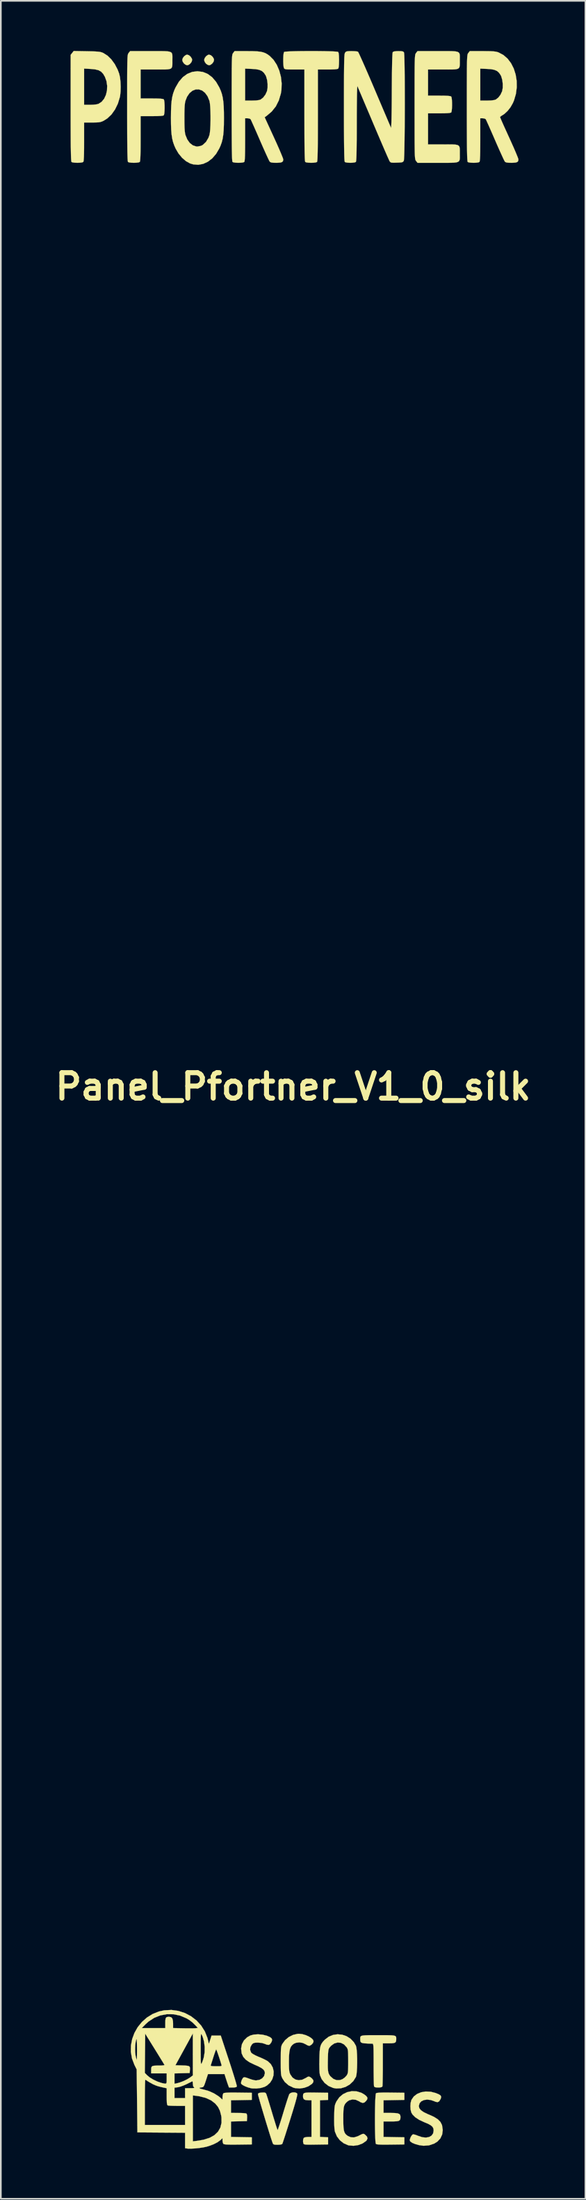
<source format=kicad_pcb>
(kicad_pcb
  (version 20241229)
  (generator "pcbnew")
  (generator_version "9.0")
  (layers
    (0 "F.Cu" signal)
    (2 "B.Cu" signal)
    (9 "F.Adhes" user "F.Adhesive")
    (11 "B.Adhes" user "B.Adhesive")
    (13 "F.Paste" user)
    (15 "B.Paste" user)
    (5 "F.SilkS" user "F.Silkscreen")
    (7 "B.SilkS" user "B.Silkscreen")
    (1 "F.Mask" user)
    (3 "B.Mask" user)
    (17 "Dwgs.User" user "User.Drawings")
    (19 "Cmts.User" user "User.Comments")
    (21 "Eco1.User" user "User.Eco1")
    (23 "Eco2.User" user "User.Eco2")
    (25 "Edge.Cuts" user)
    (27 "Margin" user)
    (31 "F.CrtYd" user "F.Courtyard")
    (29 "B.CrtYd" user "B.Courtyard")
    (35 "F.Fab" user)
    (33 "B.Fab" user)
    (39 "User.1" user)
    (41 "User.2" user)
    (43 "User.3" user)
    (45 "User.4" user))
  (footprint "Panel_Pfortner_V1_0_silk"
    (layer "F.Cu")
    (at 14.522 62.03)
    (property "Reference" "Panel_Pfortner_V1_0_silk" (at 0 0 0) (layer "F.SilkS") (effects (font (size 1.524 1.524) (thickness 0.3))))
    (attr through_hole)
    (fp_poly (pts (xy -6.243 -61.771) (xy -6.141 -61.681) (xy -6.07 -61.567) (xy -6.054 -61.489) (xy -6.087 -61.375) (xy -6.171 -61.266) (xy -6.277 -61.19) (xy -6.35 -61.172) (xy -6.44 -61.2) (xy -6.537 -61.27) (xy -6.542 -61.276) (xy -6.615 -61.379) (xy -6.646 -61.485) (xy -6.646 -61.489) (xy -6.613 -61.603) (xy -6.529 -61.713) (xy -6.423 -61.789) (xy -6.35 -61.807) (xy -6.243 -61.771)) (stroke (width 0.01) (type solid)) (fill yes) (layer "F.SilkS"))
    (fp_poly (pts (xy -4.931 -61.771) (xy -4.829 -61.681) (xy -4.758 -61.567) (xy -4.741 -61.489) (xy -4.775 -61.375) (xy -4.858 -61.266) (xy -4.965 -61.19) (xy -5.038 -61.172) (xy -5.127 -61.2) (xy -5.225 -61.27) (xy -5.23 -61.276) (xy -5.302 -61.379) (xy -5.334 -61.485) (xy -5.334 -61.489) (xy -5.3 -61.603) (xy -5.217 -61.713) (xy -5.111 -61.789) (xy -5.038 -61.807) (xy -4.931 -61.771)) (stroke (width 0.01) (type solid)) (fill yes) (layer "F.SilkS"))
    (fp_poly (pts (xy 1.259 60.248) (xy 1.379 60.25) (xy 2.095 60.261) (xy 2.095 60.685) (xy 1.852 60.698) (xy 1.609 60.71) (xy 1.609 62.903) (xy 1.852 62.916) (xy 2.095 62.928) (xy 2.095 63.352) (xy 1.37 63.363) (xy 1.103 63.367) (xy 0.908 63.367) (xy 0.775 63.362) (xy 0.69 63.352) (xy 0.643 63.336) (xy 0.621 63.312) (xy 0.619 63.307) (xy 0.594 63.183) (xy 0.602 63.055) (xy 0.638 62.964) (xy 0.643 62.958) (xy 0.714 62.928) (xy 0.833 62.91) (xy 0.897 62.907) (xy 1.101 62.907) (xy 1.101 60.706) (xy 0.897 60.706) (xy 0.735 60.692) (xy 0.639 60.642) (xy 0.598 60.547) (xy 0.593 60.475) (xy 0.596 60.392) (xy 0.61 60.331) (xy 0.648 60.289) (xy 0.72 60.263) (xy 0.839 60.25) (xy 1.014 60.246) (xy 1.259 60.248)) (stroke (width 0.01) (type solid)) (fill yes) (layer "F.SilkS"))
    (fp_poly (pts (xy 5.847 60.25) (xy 6.668 60.261) (xy 6.668 60.685) (xy 6.043 60.697) (xy 5.419 60.708) (xy 5.419 61.468) (xy 5.86 61.468) (xy 6.095 61.473) (xy 6.257 61.491) (xy 6.359 61.528) (xy 6.414 61.588) (xy 6.434 61.677) (xy 6.435 61.707) (xy 6.428 61.817) (xy 6.4 61.892) (xy 6.336 61.939) (xy 6.224 61.965) (xy 6.051 61.975) (xy 5.883 61.976) (xy 5.419 61.976) (xy 5.419 62.905) (xy 6.043 62.917) (xy 6.668 62.928) (xy 6.668 63.352) (xy 5.841 63.363) (xy 5.528 63.366) (xy 5.292 63.364) (xy 5.125 63.357) (xy 5.019 63.345) (xy 4.966 63.326) (xy 4.962 63.323) (xy 4.947 63.266) (xy 4.933 63.137) (xy 4.923 62.947) (xy 4.915 62.709) (xy 4.909 62.434) (xy 4.906 62.135) (xy 4.905 61.823) (xy 4.907 61.51) (xy 4.911 61.209) (xy 4.918 60.931) (xy 4.926 60.688) (xy 4.938 60.492) (xy 4.951 60.356) (xy 4.967 60.29) (xy 4.969 60.287) (xy 5.028 60.268) (xy 5.156 60.256) (xy 5.357 60.249) (xy 5.635 60.248) (xy 5.847 60.25)) (stroke (width 0.01) (type solid)) (fill yes) (layer "F.SilkS"))
    (fp_poly (pts (xy 5.101 56.811) (xy 5.431 56.811) (xy 5.686 56.813) (xy 5.876 56.818) (xy 6.009 56.829) (xy 6.097 56.849) (xy 6.148 56.878) (xy 6.173 56.921) (xy 6.18 56.978) (xy 6.18 57.052) (xy 6.18 57.058) (xy 6.171 57.166) (xy 6.135 57.236) (xy 6.059 57.276) (xy 5.926 57.294) (xy 5.738 57.298) (xy 5.377 57.298) (xy 5.376 58.554) (xy 5.376 58.874) (xy 5.373 59.169) (xy 5.369 59.427) (xy 5.365 59.637) (xy 5.359 59.788) (xy 5.353 59.868) (xy 5.351 59.877) (xy 5.307 59.92) (xy 5.208 59.94) (xy 5.101 59.944) (xy 4.955 59.936) (xy 4.876 59.909) (xy 4.852 59.877) (xy 4.845 59.819) (xy 4.839 59.687) (xy 4.834 59.494) (xy 4.83 59.249) (xy 4.827 58.964) (xy 4.826 58.651) (xy 4.826 58.565) (xy 4.826 58.207) (xy 4.824 57.924) (xy 4.822 57.709) (xy 4.817 57.551) (xy 4.81 57.442) (xy 4.799 57.374) (xy 4.785 57.336) (xy 4.767 57.32) (xy 4.752 57.318) (xy 4.488 57.311) (xy 4.297 57.3) (xy 4.167 57.283) (xy 4.086 57.253) (xy 4.043 57.208) (xy 4.026 57.142) (xy 4.022 57.058) (xy 4.022 56.983) (xy 4.028 56.925) (xy 4.051 56.881) (xy 4.1 56.851) (xy 4.185 56.831) (xy 4.315 56.819) (xy 4.499 56.813) (xy 4.749 56.811) (xy 5.073 56.811) (xy 5.101 56.811)) (stroke (width 0.01) (type solid)) (fill yes) (layer "F.SilkS"))
    (fp_poly (pts (xy 3.807 60.175) (xy 4.084 60.259) (xy 4.239 60.345) (xy 4.381 60.453) (xy 4.448 60.546) (xy 4.446 60.639) (xy 4.378 60.745) (xy 4.275 60.841) (xy 4.172 60.868) (xy 4.05 60.828) (xy 3.954 60.77) (xy 3.76 60.681) (xy 3.557 60.66) (xy 3.366 60.708) (xy 3.261 60.775) (xy 3.172 60.856) (xy 3.107 60.937) (xy 3.061 61.033) (xy 3.031 61.157) (xy 3.015 61.324) (xy 3.007 61.549) (xy 3.006 61.815) (xy 3.009 62.112) (xy 3.019 62.338) (xy 3.041 62.507) (xy 3.078 62.63) (xy 3.133 62.723) (xy 3.21 62.797) (xy 3.277 62.845) (xy 3.459 62.926) (xy 3.653 62.933) (xy 3.871 62.866) (xy 3.956 62.824) (xy 4.091 62.755) (xy 4.175 62.722) (xy 4.232 62.721) (xy 4.285 62.749) (xy 4.311 62.769) (xy 4.427 62.885) (xy 4.458 62.999) (xy 4.405 63.112) (xy 4.37 63.149) (xy 4.157 63.296) (xy 3.898 63.394) (xy 3.619 63.435) (xy 3.347 63.413) (xy 3.294 63.4) (xy 3.032 63.285) (xy 2.804 63.104) (xy 2.626 62.873) (xy 2.512 62.605) (xy 2.496 62.541) (xy 2.478 62.399) (xy 2.465 62.191) (xy 2.46 61.938) (xy 2.462 61.662) (xy 2.468 61.413) (xy 2.476 61.23) (xy 2.489 61.097) (xy 2.508 60.995) (xy 2.538 60.907) (xy 2.58 60.815) (xy 2.603 60.769) (xy 2.771 60.528) (xy 2.99 60.344) (xy 3.245 60.222) (xy 3.522 60.164) (xy 3.807 60.175)) (stroke (width 0.01) (type solid)) (fill yes) (layer "F.SilkS"))
    (fp_poly (pts (xy 0.206 60.272) (xy 0.247 60.314) (xy 0.249 60.364) (xy 0.23 60.469) (xy 0.19 60.634) (xy 0.127 60.862) (xy 0.04 61.158) (xy -0.073 61.528) (xy -0.167 61.829) (xy -0.273 62.164) (xy -0.371 62.474) (xy -0.459 62.75) (xy -0.535 62.983) (xy -0.594 63.162) (xy -0.634 63.278) (xy -0.651 63.322) (xy -0.712 63.352) (xy -0.838 63.37) (xy -0.935 63.373) (xy -1.079 63.369) (xy -1.161 63.353) (xy -1.205 63.317) (xy -1.223 63.278) (xy -1.265 63.159) (xy -1.324 62.982) (xy -1.396 62.756) (xy -1.477 62.495) (xy -1.566 62.208) (xy -1.658 61.907) (xy -1.749 61.604) (xy -1.838 61.308) (xy -1.919 61.033) (xy -1.99 60.788) (xy -2.047 60.585) (xy -2.088 60.436) (xy -2.108 60.351) (xy -2.109 60.337) (xy -2.08 60.289) (xy -2.003 60.262) (xy -1.873 60.249) (xy -1.74 60.245) (xy -1.666 60.261) (xy -1.625 60.302) (xy -1.61 60.333) (xy -1.587 60.4) (xy -1.543 60.535) (xy -1.483 60.727) (xy -1.411 60.964) (xy -1.329 61.232) (xy -1.265 61.447) (xy -1.181 61.727) (xy -1.103 61.979) (xy -1.037 62.193) (xy -0.984 62.358) (xy -0.948 62.462) (xy -0.935 62.493) (xy -0.916 62.463) (xy -0.877 62.361) (xy -0.822 62.199) (xy -0.753 61.987) (xy -0.674 61.735) (xy -0.596 61.477) (xy -0.509 61.189) (xy -0.426 60.923) (xy -0.353 60.693) (xy -0.291 60.51) (xy -0.247 60.385) (xy -0.225 60.336) (xy -0.146 60.271) (xy -0.026 60.238) (xy 0.101 60.238) (xy 0.206 60.272)) (stroke (width 0.01) (type solid)) (fill yes) (layer "F.SilkS"))
    (fp_poly (pts (xy 0.548 56.749) (xy 0.744 56.805) (xy 0.928 56.884) (xy 1.082 56.979) (xy 1.187 57.08) (xy 1.225 57.174) (xy 1.193 57.272) (xy 1.111 57.369) (xy 1.011 57.435) (xy 0.956 57.446) (xy 0.873 57.423) (xy 0.767 57.365) (xy 0.751 57.354) (xy 0.577 57.273) (xy 0.374 57.242) (xy 0.177 57.265) (xy 0.05 57.318) (xy -0.057 57.401) (xy -0.137 57.506) (xy -0.193 57.644) (xy -0.229 57.829) (xy -0.248 58.073) (xy -0.253 58.375) (xy -0.252 58.624) (xy -0.247 58.806) (xy -0.236 58.938) (xy -0.216 59.037) (xy -0.187 59.122) (xy -0.165 59.17) (xy -0.036 59.351) (xy 0.134 59.465) (xy 0.333 59.508) (xy 0.546 59.479) (xy 0.76 59.374) (xy 0.763 59.372) (xy 0.875 59.304) (xy 0.959 59.291) (xy 1.046 59.335) (xy 1.132 59.407) (xy 1.214 59.514) (xy 1.211 59.618) (xy 1.132 59.723) (xy 0.921 59.868) (xy 0.665 59.963) (xy 0.39 60.003) (xy 0.122 59.982) (xy 0.009 59.951) (xy -0.277 59.81) (xy -0.5 59.613) (xy -0.635 59.411) (xy -0.671 59.338) (xy -0.698 59.269) (xy -0.717 59.19) (xy -0.729 59.088) (xy -0.736 58.949) (xy -0.74 58.759) (xy -0.741 58.505) (xy -0.741 58.358) (xy -0.74 58.066) (xy -0.738 57.846) (xy -0.732 57.684) (xy -0.722 57.567) (xy -0.707 57.48) (xy -0.684 57.412) (xy -0.654 57.347) (xy -0.647 57.334) (xy -0.482 57.109) (xy -0.261 56.924) (xy -0.005 56.795) (xy 0.266 56.732) (xy 0.357 56.728) (xy 0.548 56.749)) (stroke (width 0.01) (type solid)) (fill yes) (layer "F.SilkS"))
    (fp_poly (pts (xy 1.3 -62.022) (xy 1.616 -62.019) (xy 1.913 -62.015) (xy 2.178 -62.008) (xy 2.402 -62) (xy 2.571 -61.989) (xy 2.674 -61.977) (xy 2.701 -61.968) (xy 2.728 -61.895) (xy 2.745 -61.742) (xy 2.752 -61.513) (xy 2.752 -61.468) (xy 2.746 -61.227) (xy 2.731 -61.061) (xy 2.706 -60.975) (xy 2.701 -60.968) (xy 2.636 -60.945) (xy 2.496 -60.928) (xy 2.277 -60.92) (xy 2.066 -60.918) (xy 1.482 -60.918) (xy 1.482 -58.174) (xy 1.481 -57.59) (xy 1.48 -57.086) (xy 1.478 -56.657) (xy 1.475 -56.299) (xy 1.471 -56.007) (xy 1.465 -55.777) (xy 1.459 -55.604) (xy 1.451 -55.483) (xy 1.441 -55.41) (xy 1.431 -55.38) (xy 1.361 -55.353) (xy 1.227 -55.335) (xy 1.079 -55.33) (xy 0.909 -55.337) (xy 0.783 -55.356) (xy 0.728 -55.38) (xy 0.717 -55.412) (xy 0.708 -55.487) (xy 0.7 -55.61) (xy 0.694 -55.786) (xy 0.688 -56.019) (xy 0.684 -56.313) (xy 0.681 -56.674) (xy 0.679 -57.106) (xy 0.678 -57.614) (xy 0.677 -58.174) (xy 0.677 -60.918) (xy 0.086 -60.918) (xy -0.15 -60.919) (xy -0.316 -60.922) (xy -0.425 -60.931) (xy -0.491 -60.947) (xy -0.528 -60.97) (xy -0.549 -61) (xy -0.571 -61.084) (xy -0.585 -61.223) (xy -0.592 -61.396) (xy -0.591 -61.579) (xy -0.584 -61.749) (xy -0.568 -61.884) (xy -0.546 -61.962) (xy -0.542 -61.968) (xy -0.487 -61.981) (xy -0.358 -61.993) (xy -0.168 -62.003) (xy 0.072 -62.011) (xy 0.35 -62.017) (xy 0.655 -62.02) (xy 0.975 -62.022) (xy 1.3 -62.022)) (stroke (width 0.01) (type solid)) (fill yes) (layer "F.SilkS"))
    (fp_poly (pts (xy 8.246 60.198) (xy 8.546 60.275) (xy 8.558 60.28) (xy 8.733 60.353) (xy 8.835 60.42) (xy 8.874 60.493) (xy 8.859 60.585) (xy 8.833 60.646) (xy 8.754 60.772) (xy 8.661 60.821) (xy 8.537 60.799) (xy 8.474 60.771) (xy 8.248 60.692) (xy 8.032 60.668) (xy 7.84 60.695) (xy 7.685 60.77) (xy 7.579 60.887) (xy 7.536 61.043) (xy 7.535 61.06) (xy 7.565 61.187) (xy 7.66 61.305) (xy 7.825 61.42) (xy 8.066 61.537) (xy 8.15 61.571) (xy 8.452 61.708) (xy 8.677 61.853) (xy 8.831 62.01) (xy 8.92 62.185) (xy 8.927 62.209) (xy 8.969 62.496) (xy 8.933 62.76) (xy 8.825 62.993) (xy 8.647 63.185) (xy 8.456 63.303) (xy 8.144 63.409) (xy 7.817 63.433) (xy 7.551 63.396) (xy 7.32 63.332) (xy 7.142 63.258) (xy 7.029 63.179) (xy 6.998 63.134) (xy 7 63.048) (xy 7.04 62.932) (xy 7.102 62.824) (xy 7.169 62.757) (xy 7.177 62.753) (xy 7.247 62.756) (xy 7.366 62.79) (xy 7.489 62.839) (xy 7.734 62.921) (xy 7.957 62.944) (xy 8.148 62.912) (xy 8.297 62.827) (xy 8.392 62.693) (xy 8.424 62.524) (xy 8.409 62.401) (xy 8.355 62.298) (xy 8.251 62.207) (xy 8.087 62.116) (xy 7.854 62.019) (xy 7.56 61.883) (xy 7.324 61.728) (xy 7.157 61.562) (xy 7.085 61.44) (xy 7.042 61.27) (xy 7.03 61.063) (xy 7.046 60.856) (xy 7.092 60.689) (xy 7.096 60.681) (xy 7.235 60.481) (xy 7.433 60.329) (xy 7.677 60.229) (xy 7.952 60.184) (xy 8.246 60.198)) (stroke (width 0.01) (type solid)) (fill yes) (layer "F.SilkS"))
    (fp_poly (pts (xy -12.366 -62.011) (xy -12.082 -62.005) (xy -11.868 -61.998) (xy -11.709 -61.987) (xy -11.591 -61.973) (xy -11.499 -61.952) (xy -11.419 -61.923) (xy -11.378 -61.905) (xy -11.131 -61.749) (xy -10.899 -61.523) (xy -10.692 -61.239) (xy -10.521 -60.913) (xy -10.429 -60.667) (xy -10.38 -60.453) (xy -10.35 -60.184) (xy -10.338 -59.891) (xy -10.345 -59.601) (xy -10.372 -59.344) (xy -10.388 -59.261) (xy -10.506 -58.874) (xy -10.676 -58.525) (xy -10.889 -58.226) (xy -11.139 -57.988) (xy -11.358 -57.85) (xy -11.463 -57.802) (xy -11.563 -57.771) (xy -11.679 -57.753) (xy -11.834 -57.745) (xy -12.052 -57.743) (xy -12.531 -57.743) (xy -12.531 -56.587) (xy -12.532 -56.21) (xy -12.536 -55.912) (xy -12.542 -55.686) (xy -12.552 -55.526) (xy -12.564 -55.427) (xy -12.581 -55.381) (xy -12.581 -55.38) (xy -12.652 -55.353) (xy -12.785 -55.335) (xy -12.933 -55.33) (xy -13.104 -55.337) (xy -13.229 -55.356) (xy -13.284 -55.38) (xy -13.294 -55.411) (xy -13.303 -55.484) (xy -13.311 -55.603) (xy -13.317 -55.773) (xy -13.322 -55.999) (xy -13.327 -56.284) (xy -13.33 -56.634) (xy -13.332 -57.051) (xy -13.334 -57.541) (xy -13.335 -58.108) (xy -13.335 -58.613) (xy -13.335 -58.801) (xy -12.531 -58.801) (xy -12.169 -58.801) (xy -11.964 -58.809) (xy -11.789 -58.829) (xy -11.669 -58.859) (xy -11.669 -58.859) (xy -11.479 -58.982) (xy -11.328 -59.167) (xy -11.22 -59.398) (xy -11.158 -59.661) (xy -11.147 -59.941) (xy -11.189 -60.222) (xy -11.281 -60.476) (xy -11.389 -60.661) (xy -11.513 -60.791) (xy -11.671 -60.877) (xy -11.879 -60.927) (xy -12.129 -60.951) (xy -12.531 -60.972) (xy -12.531 -58.801) (xy -13.335 -58.801) (xy -13.335 -61.795) (xy -13.245 -61.91) (xy -13.154 -62.025) (xy -12.366 -62.011)) (stroke (width 0.01) (type solid)) (fill yes) (layer "F.SilkS"))
    (fp_poly (pts (xy -1.836 56.781) (xy -1.587 56.841) (xy -1.556 56.853) (xy -1.383 56.929) (xy -1.287 57.006) (xy -1.259 57.094) (xy -1.292 57.207) (xy -1.309 57.239) (xy -1.389 57.352) (xy -1.481 57.394) (xy -1.605 57.369) (xy -1.685 57.334) (xy -1.879 57.274) (xy -2.11 57.256) (xy -2.262 57.26) (xy -2.358 57.278) (xy -2.426 57.318) (xy -2.48 57.375) (xy -2.564 57.526) (xy -2.58 57.687) (xy -2.527 57.835) (xy -2.487 57.884) (xy -2.405 57.942) (xy -2.268 58.017) (xy -2.1 58.094) (xy -2.032 58.122) (xy -1.849 58.2) (xy -1.677 58.283) (xy -1.545 58.355) (xy -1.516 58.374) (xy -1.334 58.548) (xy -1.218 58.756) (xy -1.167 58.986) (xy -1.179 59.223) (xy -1.251 59.451) (xy -1.382 59.656) (xy -1.569 59.825) (xy -1.714 59.905) (xy -1.932 59.971) (xy -2.187 60.004) (xy -2.435 60) (xy -2.529 59.986) (xy -2.702 59.939) (xy -2.869 59.876) (xy -3.008 59.806) (xy -3.098 59.74) (xy -3.117 59.713) (xy -3.118 59.621) (xy -3.081 59.501) (xy -3.021 59.392) (xy -2.982 59.349) (xy -2.927 59.331) (xy -2.834 59.346) (xy -2.686 59.397) (xy -2.651 59.411) (xy -2.486 59.468) (xy -2.329 59.508) (xy -2.224 59.521) (xy -2.021 59.488) (xy -1.855 59.397) (xy -1.741 59.261) (xy -1.694 59.092) (xy -1.693 59.071) (xy -1.712 58.967) (xy -1.776 58.873) (xy -1.893 58.781) (xy -2.074 58.683) (xy -2.318 58.575) (xy -2.616 58.432) (xy -2.837 58.279) (xy -2.989 58.109) (xy -3.079 57.916) (xy -3.088 57.883) (xy -3.118 57.607) (xy -3.069 57.35) (xy -2.947 57.123) (xy -2.758 56.939) (xy -2.561 56.829) (xy -2.353 56.774) (xy -2.101 56.758) (xy -1.836 56.781)) (stroke (width 0.01) (type solid)) (fill yes) (layer "F.SilkS"))
    (fp_poly (pts (xy 2.939 56.783) (xy 3.203 56.872) (xy 3.44 57.023) (xy 3.639 57.232) (xy 3.761 57.44) (xy 3.791 57.553) (xy 3.813 57.731) (xy 3.829 57.958) (xy 3.837 58.213) (xy 3.837 58.481) (xy 3.831 58.741) (xy 3.817 58.975) (xy 3.797 59.166) (xy 3.769 59.296) (xy 3.761 59.315) (xy 3.606 59.562) (xy 3.395 59.762) (xy 3.143 59.908) (xy 2.867 59.99) (xy 2.583 60.003) (xy 2.404 59.971) (xy 2.124 59.853) (xy 1.888 59.671) (xy 1.709 59.438) (xy 1.609 59.203) (xy 1.589 59.079) (xy 1.576 58.877) (xy 1.571 58.604) (xy 1.571 58.551) (xy 2.077 58.551) (xy 2.079 58.771) (xy 2.091 58.936) (xy 2.114 59.058) (xy 2.152 59.154) (xy 2.204 59.236) (xy 2.233 59.271) (xy 2.409 59.427) (xy 2.603 59.504) (xy 2.807 59.501) (xy 2.964 59.442) (xy 3.09 59.351) (xy 3.2 59.235) (xy 3.207 59.224) (xy 3.242 59.168) (xy 3.267 59.108) (xy 3.284 59.029) (xy 3.295 58.918) (xy 3.3 58.76) (xy 3.302 58.541) (xy 3.302 58.378) (xy 3.301 58.115) (xy 3.298 57.923) (xy 3.291 57.786) (xy 3.278 57.69) (xy 3.258 57.621) (xy 3.229 57.564) (xy 3.207 57.531) (xy 3.049 57.362) (xy 2.864 57.268) (xy 2.666 57.249) (xy 2.468 57.305) (xy 2.283 57.434) (xy 2.183 57.547) (xy 2.147 57.604) (xy 2.122 57.673) (xy 2.105 57.77) (xy 2.093 57.912) (xy 2.085 58.115) (xy 2.082 58.261) (xy 2.077 58.551) (xy 1.571 58.551) (xy 1.574 58.293) (xy 1.581 57.989) (xy 1.594 57.754) (xy 1.616 57.575) (xy 1.65 57.436) (xy 1.702 57.322) (xy 1.775 57.218) (xy 1.872 57.11) (xy 1.897 57.085) (xy 2.129 56.905) (xy 2.389 56.797) (xy 2.663 56.757) (xy 2.939 56.783)) (stroke (width 0.01) (type solid)) (fill yes) (layer "F.SilkS"))
    (fp_poly (pts (xy -7.889 -62.019) (xy -7.663 -62.014) (xy -7.497 -62.001) (xy -7.38 -61.976) (xy -7.304 -61.936) (xy -7.261 -61.877) (xy -7.241 -61.794) (xy -7.237 -61.686) (xy -7.238 -61.547) (xy -7.239 -61.468) (xy -7.238 -61.294) (xy -7.242 -61.16) (xy -7.26 -61.063) (xy -7.303 -60.995) (xy -7.38 -60.953) (xy -7.503 -60.929) (xy -7.679 -60.919) (xy -7.921 -60.917) (xy -8.235 -60.918) (xy -9.144 -60.918) (xy -9.144 -59.182) (xy -8.475 -59.182) (xy -8.182 -59.179) (xy -7.968 -59.171) (xy -7.829 -59.156) (xy -7.76 -59.135) (xy -7.755 -59.131) (xy -7.731 -59.064) (xy -7.714 -58.936) (xy -7.705 -58.77) (xy -7.704 -58.589) (xy -7.711 -58.416) (xy -7.725 -58.274) (xy -7.747 -58.187) (xy -7.755 -58.174) (xy -7.814 -58.152) (xy -7.942 -58.137) (xy -8.143 -58.127) (xy -8.424 -58.124) (xy -8.475 -58.124) (xy -9.144 -58.124) (xy -9.144 -56.777) (xy -9.145 -56.371) (xy -9.148 -56.043) (xy -9.153 -55.788) (xy -9.161 -55.6) (xy -9.171 -55.473) (xy -9.185 -55.401) (xy -9.195 -55.38) (xy -9.265 -55.353) (xy -9.399 -55.335) (xy -9.546 -55.33) (xy -9.717 -55.337) (xy -9.843 -55.356) (xy -9.898 -55.38) (xy -9.908 -55.411) (xy -9.916 -55.484) (xy -9.924 -55.603) (xy -9.93 -55.773) (xy -9.936 -55.999) (xy -9.94 -56.284) (xy -9.943 -56.634) (xy -9.946 -57.051) (xy -9.947 -57.541) (xy -9.948 -58.108) (xy -9.948 -58.613) (xy -9.948 -59.208) (xy -9.948 -59.723) (xy -9.948 -60.166) (xy -9.947 -60.541) (xy -9.945 -60.856) (xy -9.942 -61.114) (xy -9.939 -61.323) (xy -9.934 -61.489) (xy -9.929 -61.616) (xy -9.921 -61.711) (xy -9.913 -61.78) (xy -9.902 -61.828) (xy -9.89 -61.862) (xy -9.875 -61.887) (xy -9.861 -61.907) (xy -9.773 -62.018) (xy -8.55 -62.018) (xy -8.181 -62.019) (xy -7.889 -62.019)) (stroke (width 0.01) (type solid)) (fill yes) (layer "F.SilkS"))
    (fp_poly (pts (xy -5.415 -60.772) (xy -5.121 -60.652) (xy -4.856 -60.454) (xy -4.621 -60.18) (xy -4.426 -59.844) (xy -4.338 -59.647) (xy -4.27 -59.448) (xy -4.22 -59.234) (xy -4.185 -58.991) (xy -4.162 -58.703) (xy -4.151 -58.358) (xy -4.149 -58.018) (xy -4.152 -57.613) (xy -4.165 -57.279) (xy -4.19 -57) (xy -4.227 -56.763) (xy -4.281 -56.552) (xy -4.352 -56.355) (xy -4.426 -56.191) (xy -4.62 -55.862) (xy -4.851 -55.595) (xy -5.111 -55.395) (xy -5.391 -55.266) (xy -5.685 -55.211) (xy -5.985 -55.235) (xy -6.18 -55.294) (xy -6.425 -55.43) (xy -6.661 -55.634) (xy -6.873 -55.892) (xy -7.04 -56.176) (xy -7.129 -56.377) (xy -7.198 -56.577) (xy -7.25 -56.789) (xy -7.286 -57.029) (xy -7.309 -57.311) (xy -7.321 -57.65) (xy -7.324 -58.018) (xy -6.519 -58.018) (xy -6.517 -57.685) (xy -6.51 -57.426) (xy -6.496 -57.229) (xy -6.477 -57.082) (xy -6.456 -56.995) (xy -6.346 -56.727) (xy -6.198 -56.518) (xy -6.017 -56.377) (xy -5.812 -56.308) (xy -5.736 -56.303) (xy -5.525 -56.343) (xy -5.415 -56.4) (xy -5.223 -56.579) (xy -5.077 -56.827) (xy -5.016 -56.995) (xy -4.99 -57.134) (xy -4.97 -57.339) (xy -4.957 -57.59) (xy -4.95 -57.87) (xy -4.95 -58.159) (xy -4.957 -58.439) (xy -4.97 -58.692) (xy -4.989 -58.898) (xy -5.015 -59.038) (xy -5.016 -59.04) (xy -5.131 -59.317) (xy -5.282 -59.524) (xy -5.458 -59.66) (xy -5.65 -59.726) (xy -5.847 -59.722) (xy -6.038 -59.647) (xy -6.212 -59.502) (xy -6.359 -59.286) (xy -6.456 -59.04) (xy -6.482 -58.926) (xy -6.5 -58.769) (xy -6.512 -58.559) (xy -6.518 -58.285) (xy -6.519 -58.018) (xy -7.324 -58.018) (xy -7.32 -58.422) (xy -7.307 -58.757) (xy -7.283 -59.036) (xy -7.245 -59.273) (xy -7.192 -59.483) (xy -7.121 -59.681) (xy -7.047 -59.844) (xy -6.844 -60.191) (xy -6.608 -60.462) (xy -6.341 -60.657) (xy -6.046 -60.774) (xy -5.736 -60.812) (xy -5.415 -60.772)) (stroke (width 0.01) (type solid)) (fill yes) (layer "F.SilkS"))
    (fp_poly (pts (xy 9.341 -62.019) (xy 9.566 -62.014) (xy 9.733 -62.001) (xy 9.85 -61.976) (xy 9.926 -61.936) (xy 9.969 -61.877) (xy 9.989 -61.794) (xy 9.993 -61.686) (xy 9.991 -61.547) (xy 9.991 -61.468) (xy 9.992 -61.294) (xy 9.988 -61.16) (xy 9.97 -61.063) (xy 9.927 -60.995) (xy 9.849 -60.953) (xy 9.727 -60.929) (xy 9.55 -60.919) (xy 9.309 -60.917) (xy 8.994 -60.918) (xy 8.086 -60.918) (xy 8.086 -59.351) (xy 8.755 -59.351) (xy 9.048 -59.349) (xy 9.262 -59.34) (xy 9.401 -59.325) (xy 9.469 -59.304) (xy 9.474 -59.301) (xy 9.499 -59.234) (xy 9.516 -59.106) (xy 9.525 -58.939) (xy 9.526 -58.758) (xy 9.519 -58.585) (xy 9.505 -58.443) (xy 9.482 -58.356) (xy 9.474 -58.344) (xy 9.416 -58.322) (xy 9.288 -58.306) (xy 9.086 -58.297) (xy 8.805 -58.293) (xy 8.755 -58.293) (xy 8.086 -58.293) (xy 8.086 -56.43) (xy 8.994 -56.43) (xy 9.31 -56.431) (xy 9.551 -56.429) (xy 9.728 -56.419) (xy 9.85 -56.395) (xy 9.927 -56.352) (xy 9.97 -56.285) (xy 9.988 -56.187) (xy 9.992 -56.054) (xy 9.991 -55.88) (xy 9.992 -55.725) (xy 9.992 -55.602) (xy 9.981 -55.508) (xy 9.95 -55.438) (xy 9.891 -55.389) (xy 9.795 -55.357) (xy 9.653 -55.339) (xy 9.457 -55.331) (xy 9.198 -55.329) (xy 8.867 -55.329) (xy 8.68 -55.33) (xy 7.457 -55.33) (xy 7.369 -55.441) (xy 7.353 -55.464) (xy 7.338 -55.49) (xy 7.326 -55.525) (xy 7.316 -55.576) (xy 7.307 -55.648) (xy 7.3 -55.748) (xy 7.294 -55.881) (xy 7.29 -56.052) (xy 7.287 -56.269) (xy 7.284 -56.536) (xy 7.283 -56.86) (xy 7.282 -57.247) (xy 7.282 -57.702) (xy 7.281 -58.232) (xy 7.281 -58.674) (xy 7.281 -59.262) (xy 7.282 -59.772) (xy 7.282 -60.209) (xy 7.283 -60.578) (xy 7.285 -60.887) (xy 7.287 -61.141) (xy 7.291 -61.345) (xy 7.296 -61.506) (xy 7.302 -61.629) (xy 7.309 -61.721) (xy 7.318 -61.787) (xy 7.329 -61.833) (xy 7.342 -61.866) (xy 7.357 -61.89) (xy 7.369 -61.907) (xy 7.457 -62.018) (xy 8.68 -62.018) (xy 9.048 -62.019) (xy 9.341 -62.019)) (stroke (width 0.01) (type solid)) (fill yes) (layer "F.SilkS"))
    (fp_poly (pts (xy -2.419 -62.015) (xy -2.158 -62.004) (xy -1.953 -61.981) (xy -1.787 -61.943) (xy -1.646 -61.888) (xy -1.516 -61.811) (xy -1.404 -61.728) (xy -1.172 -61.493) (xy -0.98 -61.197) (xy -0.832 -60.854) (xy -0.733 -60.48) (xy -0.688 -60.089) (xy -0.701 -59.697) (xy -0.736 -59.478) (xy -0.858 -59.065) (xy -1.037 -58.709) (xy -1.281 -58.403) (xy -1.586 -58.143) (xy -1.707 -58.057) (xy -1.15 -56.844) (xy -1.012 -56.542) (xy -0.887 -56.261) (xy -0.779 -56.012) (xy -0.692 -55.803) (xy -0.629 -55.647) (xy -0.597 -55.552) (xy -0.593 -55.531) (xy -0.607 -55.438) (xy -0.659 -55.377) (xy -0.763 -55.344) (xy -0.931 -55.331) (xy -1.018 -55.33) (xy -1.197 -55.334) (xy -1.311 -55.35) (xy -1.38 -55.38) (xy -1.405 -55.404) (xy -1.437 -55.46) (xy -1.498 -55.584) (xy -1.582 -55.766) (xy -1.686 -55.995) (xy -1.805 -56.261) (xy -1.934 -56.554) (xy -1.99 -56.684) (xy -2.121 -56.985) (xy -2.242 -57.261) (xy -2.349 -57.504) (xy -2.439 -57.703) (xy -2.505 -57.849) (xy -2.545 -57.93) (xy -2.552 -57.944) (xy -2.619 -57.98) (xy -2.728 -57.997) (xy -2.736 -57.997) (xy -2.879 -57.997) (xy -2.879 -56.714) (xy -2.88 -56.317) (xy -2.883 -55.999) (xy -2.888 -55.754) (xy -2.897 -55.575) (xy -2.908 -55.457) (xy -2.922 -55.393) (xy -2.929 -55.38) (xy -3.001 -55.352) (xy -3.128 -55.335) (xy -3.282 -55.33) (xy -3.437 -55.336) (xy -3.563 -55.353) (xy -3.632 -55.38) (xy -3.642 -55.411) (xy -3.651 -55.484) (xy -3.659 -55.603) (xy -3.665 -55.773) (xy -3.67 -55.999) (xy -3.675 -56.284) (xy -3.678 -56.634) (xy -3.68 -57.051) (xy -3.682 -57.541) (xy -3.683 -58.108) (xy -3.683 -58.613) (xy -3.683 -59.055) (xy -2.879 -59.055) (xy -2.474 -59.055) (xy -2.22 -59.063) (xy -2.041 -59.087) (xy -1.947 -59.118) (xy -1.797 -59.235) (xy -1.664 -59.409) (xy -1.569 -59.614) (xy -1.566 -59.622) (xy -1.531 -59.821) (xy -1.53 -60.057) (xy -1.56 -60.295) (xy -1.619 -60.502) (xy -1.653 -60.574) (xy -1.756 -60.725) (xy -1.877 -60.83) (xy -2.035 -60.899) (xy -2.245 -60.938) (xy -2.465 -60.953) (xy -2.879 -60.97) (xy -2.879 -59.055) (xy -3.683 -59.055) (xy -3.683 -59.208) (xy -3.683 -59.723) (xy -3.682 -60.166) (xy -3.681 -60.541) (xy -3.68 -60.856) (xy -3.677 -61.114) (xy -3.674 -61.323) (xy -3.669 -61.489) (xy -3.663 -61.616) (xy -3.656 -61.711) (xy -3.647 -61.78) (xy -3.637 -61.828) (xy -3.624 -61.862) (xy -3.61 -61.887) (xy -3.595 -61.907) (xy -3.508 -62.018) (xy -2.749 -62.018) (xy -2.419 -62.015)) (stroke (width 0.01) (type solid)) (fill yes) (layer "F.SilkS"))
    (fp_poly (pts (xy 11.634 -62.017) (xy 11.851 -62.012) (xy 12.013 -62.003) (xy 12.136 -61.988) (xy 12.235 -61.966) (xy 12.317 -61.938) (xy 12.607 -61.784) (xy 12.857 -61.565) (xy 13.065 -61.29) (xy 13.226 -60.971) (xy 13.338 -60.618) (xy 13.399 -60.241) (xy 13.405 -59.85) (xy 13.354 -59.457) (xy 13.242 -59.072) (xy 13.17 -58.903) (xy 13.029 -58.656) (xy 12.854 -58.434) (xy 12.665 -58.258) (xy 12.553 -58.185) (xy 12.459 -58.125) (xy 12.407 -58.076) (xy 12.404 -58.066) (xy 12.421 -58.019) (xy 12.469 -57.905) (xy 12.544 -57.734) (xy 12.642 -57.514) (xy 12.759 -57.257) (xy 12.89 -56.97) (xy 12.954 -56.829) (xy 13.09 -56.529) (xy 13.215 -56.25) (xy 13.322 -56.002) (xy 13.408 -55.796) (xy 13.47 -55.642) (xy 13.501 -55.549) (xy 13.504 -55.531) (xy 13.49 -55.438) (xy 13.438 -55.377) (xy 13.334 -55.344) (xy 13.166 -55.331) (xy 13.079 -55.33) (xy 12.9 -55.334) (xy 12.786 -55.35) (xy 12.717 -55.38) (xy 12.692 -55.404) (xy 12.66 -55.46) (xy 12.599 -55.584) (xy 12.515 -55.766) (xy 12.411 -55.995) (xy 12.292 -56.261) (xy 12.163 -56.554) (xy 12.107 -56.684) (xy 11.976 -56.985) (xy 11.855 -57.261) (xy 11.748 -57.504) (xy 11.658 -57.703) (xy 11.592 -57.849) (xy 11.552 -57.93) (xy 11.545 -57.944) (xy 11.478 -57.98) (xy 11.369 -57.997) (xy 11.361 -57.997) (xy 11.218 -57.997) (xy 11.218 -56.714) (xy 11.217 -56.317) (xy 11.214 -55.999) (xy 11.209 -55.754) (xy 11.2 -55.575) (xy 11.189 -55.457) (xy 11.175 -55.393) (xy 11.168 -55.38) (xy 11.097 -55.353) (xy 10.964 -55.335) (xy 10.816 -55.33) (xy 10.645 -55.337) (xy 10.52 -55.356) (xy 10.465 -55.38) (xy 10.455 -55.411) (xy 10.446 -55.484) (xy 10.438 -55.603) (xy 10.432 -55.773) (xy 10.427 -55.999) (xy 10.422 -56.284) (xy 10.419 -56.634) (xy 10.417 -57.051) (xy 10.415 -57.541) (xy 10.414 -58.108) (xy 10.414 -58.613) (xy 10.414 -59.055) (xy 11.218 -59.055) (xy 11.623 -59.055) (xy 11.877 -59.063) (xy 12.056 -59.087) (xy 12.15 -59.118) (xy 12.3 -59.235) (xy 12.433 -59.409) (xy 12.528 -59.614) (xy 12.531 -59.622) (xy 12.566 -59.821) (xy 12.567 -60.057) (xy 12.537 -60.295) (xy 12.478 -60.502) (xy 12.444 -60.574) (xy 12.341 -60.725) (xy 12.22 -60.83) (xy 12.062 -60.899) (xy 11.852 -60.938) (xy 11.632 -60.953) (xy 11.218 -60.97) (xy 11.218 -59.055) (xy 10.414 -59.055) (xy 10.414 -59.208) (xy 10.414 -59.723) (xy 10.415 -60.166) (xy 10.416 -60.541) (xy 10.417 -60.856) (xy 10.42 -61.114) (xy 10.423 -61.323) (xy 10.428 -61.489) (xy 10.434 -61.616) (xy 10.441 -61.711) (xy 10.45 -61.78) (xy 10.46 -61.828) (xy 10.473 -61.862) (xy 10.487 -61.887) (xy 10.502 -61.907) (xy 10.589 -62.018) (xy 11.348 -62.018) (xy 11.634 -62.017)) (stroke (width 0.01) (type solid)) (fill yes) (layer "F.SilkS"))
    (fp_poly (pts (xy 6.471 -62.015) (xy 6.568 -62) (xy 6.622 -61.969) (xy 6.645 -61.936) (xy 6.654 -61.877) (xy 6.663 -61.741) (xy 6.67 -61.536) (xy 6.676 -61.272) (xy 6.681 -60.955) (xy 6.685 -60.594) (xy 6.688 -60.198) (xy 6.69 -59.774) (xy 6.691 -59.33) (xy 6.692 -58.875) (xy 6.691 -58.417) (xy 6.689 -57.964) (xy 6.686 -57.524) (xy 6.682 -57.105) (xy 6.678 -56.716) (xy 6.672 -56.364) (xy 6.666 -56.058) (xy 6.659 -55.806) (xy 6.65 -55.616) (xy 6.641 -55.496) (xy 6.634 -55.457) (xy 6.602 -55.405) (xy 6.557 -55.373) (xy 6.48 -55.354) (xy 6.352 -55.344) (xy 6.213 -55.339) (xy 6.035 -55.334) (xy 5.921 -55.338) (xy 5.853 -55.355) (xy 5.81 -55.387) (xy 5.784 -55.423) (xy 5.757 -55.48) (xy 5.699 -55.607) (xy 5.615 -55.797) (xy 5.508 -56.042) (xy 5.381 -56.336) (xy 5.237 -56.671) (xy 5.08 -57.039) (xy 4.912 -57.433) (xy 4.807 -57.679) (xy 4.636 -58.085) (xy 4.473 -58.468) (xy 4.322 -58.822) (xy 4.187 -59.14) (xy 4.071 -59.414) (xy 3.976 -59.637) (xy 3.906 -59.801) (xy 3.864 -59.899) (xy 3.854 -59.923) (xy 3.846 -59.901) (xy 3.838 -59.798) (xy 3.831 -59.619) (xy 3.825 -59.368) (xy 3.821 -59.05) (xy 3.817 -58.668) (xy 3.814 -58.227) (xy 3.813 -57.732) (xy 3.813 -57.719) (xy 3.812 -57.187) (xy 3.81 -56.734) (xy 3.806 -56.355) (xy 3.802 -56.047) (xy 3.797 -55.804) (xy 3.79 -55.62) (xy 3.781 -55.492) (xy 3.771 -55.413) (xy 3.759 -55.38) (xy 3.69 -55.353) (xy 3.56 -55.335) (xy 3.429 -55.33) (xy 3.269 -55.337) (xy 3.149 -55.357) (xy 3.099 -55.38) (xy 3.089 -55.411) (xy 3.08 -55.484) (xy 3.072 -55.603) (xy 3.066 -55.773) (xy 3.061 -55.998) (xy 3.057 -56.283) (xy 3.053 -56.632) (xy 3.051 -57.049) (xy 3.049 -57.539) (xy 3.048 -58.105) (xy 3.048 -58.631) (xy 3.048 -59.234) (xy 3.049 -59.758) (xy 3.05 -60.209) (xy 3.051 -60.591) (xy 3.054 -60.912) (xy 3.057 -61.177) (xy 3.061 -61.39) (xy 3.066 -61.559) (xy 3.072 -61.688) (xy 3.08 -61.783) (xy 3.089 -61.85) (xy 3.1 -61.894) (xy 3.112 -61.921) (xy 3.114 -61.924) (xy 3.157 -61.973) (xy 3.217 -62.001) (xy 3.315 -62.014) (xy 3.472 -62.018) (xy 3.505 -62.018) (xy 3.669 -62.013) (xy 3.802 -62.001) (xy 3.881 -61.985) (xy 3.886 -61.982) (xy 3.913 -61.938) (xy 3.969 -61.822) (xy 4.051 -61.643) (xy 4.157 -61.407) (xy 4.284 -61.121) (xy 4.427 -60.793) (xy 4.585 -60.429) (xy 4.754 -60.036) (xy 4.885 -59.728) (xy 5.059 -59.318) (xy 5.225 -58.928) (xy 5.378 -58.568) (xy 5.516 -58.245) (xy 5.636 -57.964) (xy 5.734 -57.735) (xy 5.807 -57.563) (xy 5.853 -57.457) (xy 5.867 -57.425) (xy 5.876 -57.447) (xy 5.884 -57.55) (xy 5.892 -57.73) (xy 5.898 -57.985) (xy 5.904 -58.311) (xy 5.91 -58.704) (xy 5.914 -59.161) (xy 5.916 -59.623) (xy 5.92 -60.182) (xy 5.924 -60.659) (xy 5.93 -61.057) (xy 5.936 -61.379) (xy 5.944 -61.628) (xy 5.953 -61.806) (xy 5.963 -61.916) (xy 5.975 -61.962) (xy 6.053 -61.998) (xy 6.211 -62.016) (xy 6.311 -62.018) (xy 6.471 -62.015)) (stroke (width 0.01) (type solid)) (fill yes) (layer "F.SilkS"))
    (fp_poly (pts (xy -6.879 55.357) (xy -6.485 55.485) (xy -6.12 55.678) (xy -5.793 55.929) (xy -5.515 56.233) (xy -5.294 56.582) (xy -5.139 56.971) (xy -5.108 57.093) (xy -5.051 57.34) (xy -4.97 57.087) (xy -4.889 56.833) (xy -4.339 56.833) (xy -3.845 58.329) (xy -3.733 58.669) (xy -3.632 58.986) (xy -3.543 59.269) (xy -3.47 59.51) (xy -3.415 59.698) (xy -3.382 59.826) (xy -3.373 59.883) (xy -3.373 59.884) (xy -3.427 59.925) (xy -3.555 59.943) (xy -3.621 59.944) (xy -3.845 59.944) (xy -3.91 59.764) (xy -3.962 59.613) (xy -4.02 59.436) (xy -4.044 59.362) (xy -4.113 59.14) (xy -5.105 59.14) (xy -5.232 59.531) (xy -5.292 59.712) (xy -5.337 59.827) (xy -5.377 59.892) (xy -5.421 59.923) (xy -5.481 59.935) (xy -5.495 59.936) (xy -5.6 59.955) (xy -5.622 59.982) (xy -5.562 60.015) (xy -5.423 60.054) (xy -5.366 60.066) (xy -5.055 60.156) (xy -4.749 60.293) (xy -4.483 60.46) (xy -4.413 60.516) (xy -4.233 60.67) (xy -4.233 60.503) (xy -4.219 60.383) (xy -4.185 60.298) (xy -4.175 60.287) (xy -4.116 60.268) (xy -3.988 60.256) (xy -3.787 60.249) (xy -3.509 60.248) (xy -3.297 60.25) (xy -2.477 60.261) (xy -2.477 60.685) (xy -3.101 60.697) (xy -3.725 60.708) (xy -3.725 61.468) (xy -3.291 61.469) (xy -3.104 61.472) (xy -2.945 61.481) (xy -2.836 61.494) (xy -2.802 61.504) (xy -2.765 61.577) (xy -2.758 61.726) (xy -2.76 61.747) (xy -2.773 61.955) (xy -3.249 61.967) (xy -3.725 61.979) (xy -3.725 62.905) (xy -3.101 62.917) (xy -2.477 62.928) (xy -2.477 63.352) (xy -3.297 63.363) (xy -3.625 63.366) (xy -3.873 63.363) (xy -4.045 63.354) (xy -4.146 63.339) (xy -4.175 63.326) (xy -4.214 63.254) (xy -4.233 63.141) (xy -4.233 63.127) (xy -4.233 62.976) (xy -4.35 63.087) (xy -4.529 63.22) (xy -4.771 63.344) (xy -5.055 63.45) (xy -5.216 63.496) (xy -5.415 63.536) (xy -5.65 63.57) (xy -5.893 63.594) (xy -6.119 63.606) (xy -6.3 63.604) (xy -6.361 63.597) (xy -6.477 63.579) (xy -6.477 63.169) (xy -6.011 63.169) (xy -5.789 63.142) (xy -5.607 63.115) (xy -5.415 63.081) (xy -5.355 63.068) (xy -5.004 62.958) (xy -4.721 62.8) (xy -4.506 62.595) (xy -4.363 62.347) (xy -4.292 62.058) (xy -4.296 61.732) (xy -4.313 61.625) (xy -4.387 61.341) (xy -4.499 61.112) (xy -4.662 60.913) (xy -4.664 60.91) (xy -4.916 60.715) (xy -5.234 60.568) (xy -5.62 60.469) (xy -5.831 60.439) (xy -6.011 60.418) (xy -6.011 63.169) (xy -6.477 63.169) (xy -6.477 62.654) (xy -7.906 62.643) (xy -9.335 62.632) (xy -9.355 60.833) (xy -8.89 60.833) (xy -8.89 62.188) (xy -6.477 62.188) (xy -6.477 61.045) (xy -6.96 61.045) (xy -7.16 61.042) (xy -7.332 61.037) (xy -7.456 61.028) (xy -7.511 61.019) (xy -7.54 60.995) (xy -7.559 60.94) (xy -7.571 60.84) (xy -7.576 60.682) (xy -7.578 60.491) (xy -7.578 59.988) (xy -7.694 59.964) (xy -7.733 59.955) (xy -7.112 59.955) (xy -7.112 60.579) (xy -6.477 60.579) (xy -6.477 59.986) (xy -6.17 59.985) (xy -6.013 59.981) (xy -5.933 59.971) (xy -5.921 59.953) (xy -5.937 59.941) (xy -5.993 59.867) (xy -6.011 59.727) (xy -6.011 59.727) (xy -6.018 59.624) (xy -6.035 59.573) (xy -6.043 59.572) (xy -6.093 59.597) (xy -6.2 59.649) (xy -6.342 59.72) (xy -6.391 59.744) (xy -6.569 59.823) (xy -6.748 59.888) (xy -6.893 59.926) (xy -6.909 59.928) (xy -7.112 59.955) (xy -7.733 59.955) (xy -7.924 59.913) (xy -8.094 59.868) (xy -8.231 59.822) (xy -8.358 59.766) (xy -8.398 59.746) (xy -8.541 59.67) (xy -8.672 59.594) (xy -8.727 59.558) (xy -8.812 59.503) (xy -8.863 59.478) (xy -8.865 59.478) (xy -8.871 59.519) (xy -8.876 59.634) (xy -8.881 59.814) (xy -8.885 60.049) (xy -8.888 60.328) (xy -8.89 60.642) (xy -8.89 60.833) (xy -9.355 60.833) (xy -9.356 60.748) (xy -9.375 59.071) (xy -8.891 59.071) (xy -8.758 59.208) (xy -8.595 59.343) (xy -8.377 59.475) (xy -8.134 59.589) (xy -7.912 59.665) (xy -7.747 59.709) (xy -7.647 59.72) (xy -7.597 59.688) (xy -7.58 59.6) (xy -7.578 59.442) (xy -7.578 59.415) (xy -7.578 59.1) (xy -7.112 59.1) (xy -7.112 59.723) (xy -6.932 59.683) (xy -6.789 59.642) (xy -6.618 59.579) (xy -6.521 59.538) (xy -6.366 59.46) (xy -6.219 59.373) (xy -6.151 59.326) (xy -6.011 59.22) (xy -6.011 58.621) (xy -4.941 58.621) (xy -4.928 58.649) (xy -4.858 58.665) (xy -4.72 58.673) (xy -4.615 58.674) (xy -4.446 58.673) (xy -4.345 58.667) (xy -4.298 58.65) (xy -4.288 58.62) (xy -4.297 58.579) (xy -4.35 58.403) (xy -4.41 58.214) (xy -4.472 58.029) (xy -4.529 57.865) (xy -4.575 57.739) (xy -4.606 57.668) (xy -4.613 57.659) (xy -4.634 57.697) (xy -4.673 57.8) (xy -4.726 57.951) (xy -4.779 58.114) (xy -4.838 58.301) (xy -4.889 58.461) (xy -4.925 58.575) (xy -4.941 58.621) (xy -6.011 58.621) (xy -6.012 57.963) (xy -6.012 57.637) (xy -5.542 57.637) (xy -5.542 57.947) (xy -5.54 58.182) (xy -5.537 58.349) (xy -5.53 58.457) (xy -5.521 58.515) (xy -5.508 58.531) (xy -5.491 58.514) (xy -5.481 58.497) (xy -5.436 58.393) (xy -5.386 58.245) (xy -5.355 58.139) (xy -5.305 57.834) (xy -5.301 57.509) (xy -5.341 57.19) (xy -5.422 56.905) (xy -5.481 56.776) (xy -5.5 56.747) (xy -5.515 56.747) (xy -5.526 56.784) (xy -5.534 56.867) (xy -5.539 57.005) (xy -5.541 57.206) (xy -5.542 57.479) (xy -5.542 57.637) (xy -6.012 57.637) (xy -6.012 56.706) (xy -6.534 57.658) (xy -7.056 58.611) (xy -6.714 58.621) (xy -6.492 58.629) (xy -6.342 58.642) (xy -6.249 58.665) (xy -6.202 58.705) (xy -6.186 58.769) (xy -6.188 58.864) (xy -6.189 58.876) (xy -6.202 59.076) (xy -6.657 59.088) (xy -7.112 59.1) (xy -7.578 59.1) (xy -7.578 59.097) (xy -8.509 59.097) (xy -8.509 58.89) (xy -8.505 58.778) (xy -8.484 58.704) (xy -8.43 58.66) (xy -8.33 58.639) (xy -8.168 58.632) (xy -8.036 58.632) (xy -7.881 58.627) (xy -7.767 58.616) (xy -7.713 58.6) (xy -7.712 58.594) (xy -7.737 58.55) (xy -7.801 58.443) (xy -7.898 58.285) (xy -8.021 58.085) (xy -8.164 57.853) (xy -8.297 57.638) (xy -8.869 56.719) (xy -8.88 57.895) (xy -8.891 59.071) (xy -9.375 59.071) (xy -9.377 58.864) (xy -9.515 58.586) (xy -9.66 58.205) (xy -9.727 57.813) (xy -9.724 57.617) (xy -9.473 57.617) (xy -9.468 57.836) (xy -9.448 58.023) (xy -9.443 58.05) (xy -9.413 58.179) (xy -9.387 58.268) (xy -9.374 58.293) (xy -9.368 58.253) (xy -9.363 58.143) (xy -9.36 57.976) (xy -9.358 57.768) (xy -9.358 57.626) (xy -9.361 57.37) (xy -9.366 57.192) (xy -9.375 57.086) (xy -9.387 57.046) (xy -9.404 57.064) (xy -9.404 57.065) (xy -9.44 57.204) (xy -9.463 57.397) (xy -9.473 57.617) (xy -9.724 57.617) (xy -9.721 57.421) (xy -9.647 57.037) (xy -9.51 56.67) (xy -9.349 56.388) (xy -9.078 56.388) (xy -7.662 56.388) (xy -7.662 56.075) (xy -7.658 55.899) (xy -7.637 55.791) (xy -7.59 55.734) (xy -7.506 55.713) (xy -7.429 55.711) (xy -7.315 55.734) (xy -7.242 55.812) (xy -7.205 55.954) (xy -7.197 56.115) (xy -7.197 56.386) (xy -6.593 56.397) (xy -6.363 56.401) (xy -6.152 56.401) (xy -5.98 56.399) (xy -5.868 56.395) (xy -5.85 56.394) (xy -5.71 56.378) (xy -5.808 56.27) (xy -6.015 56.062) (xy -6.221 55.903) (xy -6.396 55.798) (xy -6.779 55.637) (xy -7.174 55.556) (xy -7.571 55.552) (xy -7.959 55.625) (xy -8.328 55.772) (xy -8.667 55.993) (xy -8.85 56.157) (xy -9.078 56.388) (xy -9.349 56.388) (xy -9.314 56.328) (xy -9.065 56.021) (xy -8.767 55.756) (xy -8.425 55.544) (xy -8.044 55.392) (xy -7.719 55.321) (xy -7.293 55.3) (xy -6.879 55.357)) (stroke (width 0.01) (type solid)) (fill yes) (layer "F.SilkS")))
  (gr_rect
    (start -3 -3)
    (end 32.043 128.641)
    (stroke (width 0.1) (type default))
    (fill no)
    (layer "Edge.Cuts")))
</source>
